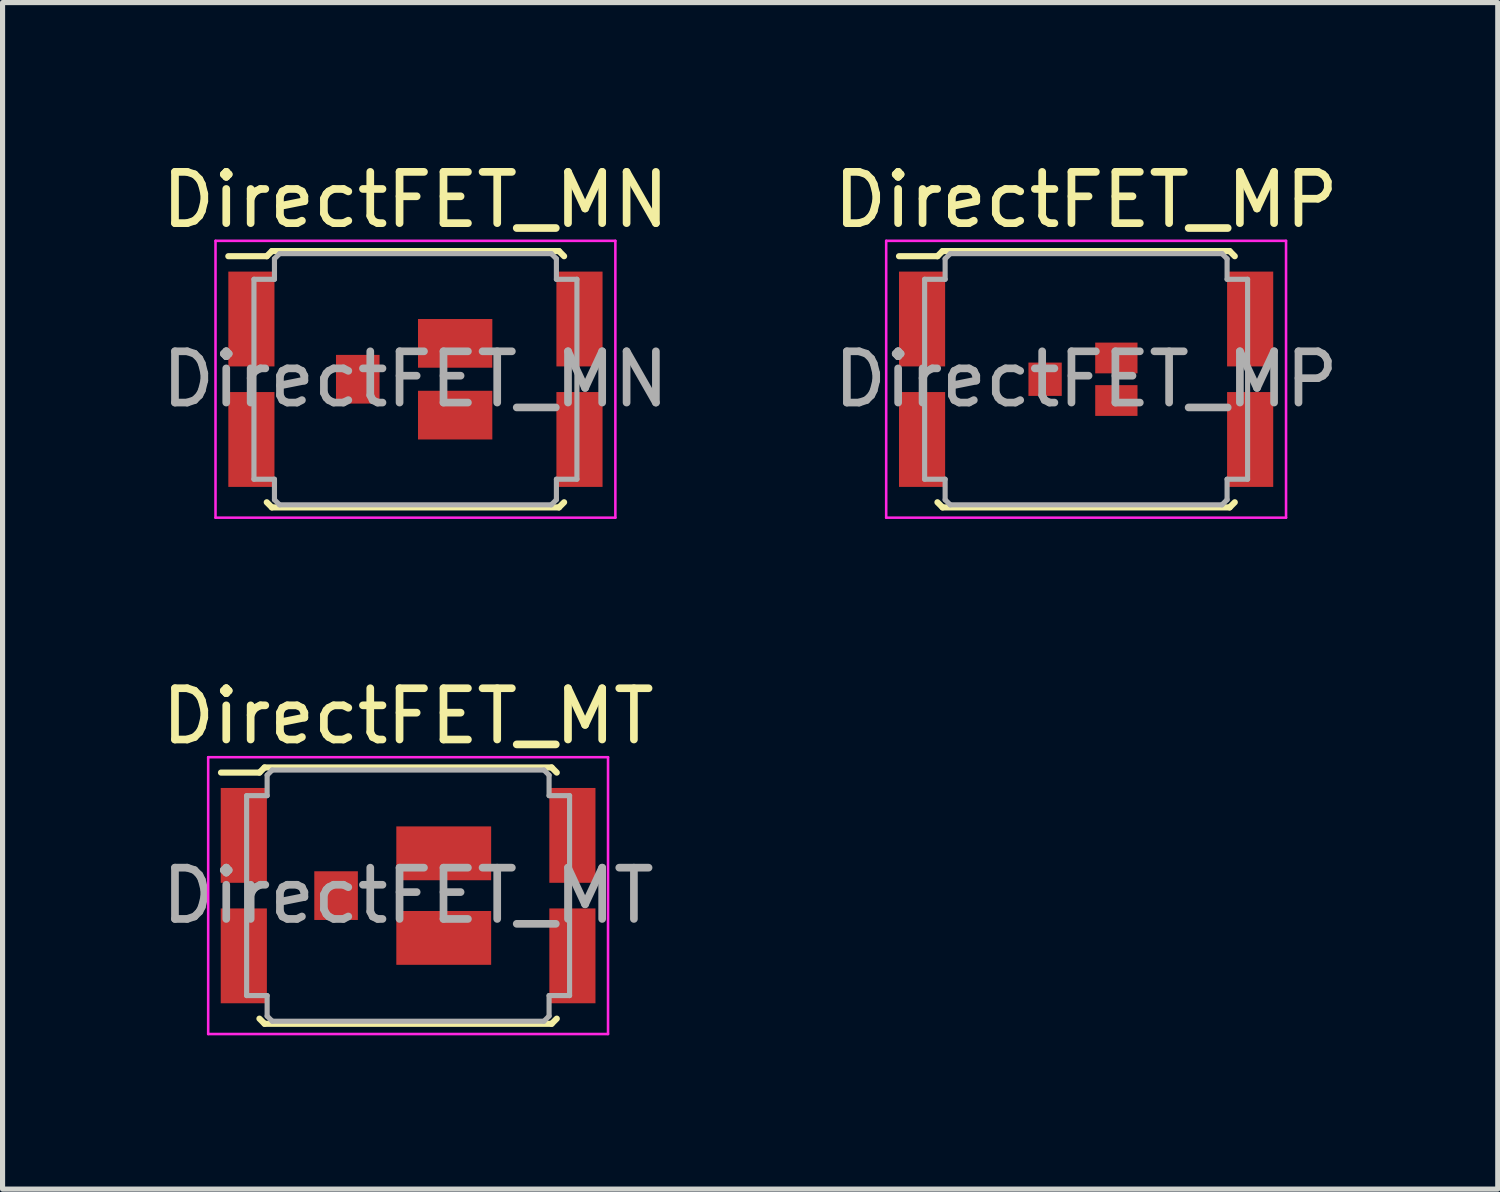
<source format=kicad_pcb>
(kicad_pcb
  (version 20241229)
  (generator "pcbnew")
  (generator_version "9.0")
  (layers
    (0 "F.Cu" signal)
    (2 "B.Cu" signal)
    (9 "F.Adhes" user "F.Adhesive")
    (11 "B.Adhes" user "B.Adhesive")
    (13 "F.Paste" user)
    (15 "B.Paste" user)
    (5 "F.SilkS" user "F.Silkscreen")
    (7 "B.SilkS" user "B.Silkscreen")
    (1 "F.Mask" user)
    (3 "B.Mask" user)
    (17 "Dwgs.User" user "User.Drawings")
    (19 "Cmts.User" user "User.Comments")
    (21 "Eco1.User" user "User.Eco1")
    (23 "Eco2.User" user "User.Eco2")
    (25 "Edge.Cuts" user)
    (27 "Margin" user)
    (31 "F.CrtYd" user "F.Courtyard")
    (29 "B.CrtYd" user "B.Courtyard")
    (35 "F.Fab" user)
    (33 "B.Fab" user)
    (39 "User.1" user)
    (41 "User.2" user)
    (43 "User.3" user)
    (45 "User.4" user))
  (footprint "DirectFET_MT"
    (layer "F.Cu")
    (at 4.911 14.421)
    (property "Reference" "DirectFET_MT" (at 0 -3.5 0) (layer "F.SilkS") (effects (font (size 1 1) (thickness 0.15))))
    (attr smd)
    (fp_line (start -3.65 -2.4) (end -2.9 -2.4) (stroke (width 0.12) (type solid)) (layer "F.SilkS"))
    (fp_line (start -2.9 -2.4) (end -2.8 -2.5) (stroke (width 0.12) (type solid)) (layer "F.SilkS"))
    (fp_line (start -2.8 -2.5) (end 2.8 -2.5) (stroke (width 0.12) (type solid)) (layer "F.SilkS"))
    (fp_line (start -2.8 2.5) (end -2.9 2.4) (stroke (width 0.12) (type solid)) (layer "F.SilkS"))
    (fp_line (start 2.8 -2.5) (end 2.9 -2.4) (stroke (width 0.12) (type solid)) (layer "F.SilkS"))
    (fp_line (start 2.8 2.5) (end -2.8 2.5) (stroke (width 0.12) (type solid)) (layer "F.SilkS"))
    (fp_line (start 2.9 2.4) (end 2.8 2.5) (stroke (width 0.12) (type solid)) (layer "F.SilkS"))
    (fp_line (start -3.9 -2.7) (end -3.9 2.7) (stroke (width 0.05) (type solid)) (layer "F.CrtYd"))
    (fp_line (start -3.9 2.7) (end 3.9 2.7) (stroke (width 0.05) (type solid)) (layer "F.CrtYd"))
    (fp_line (start 3.9 -2.7) (end -3.9 -2.7) (stroke (width 0.05) (type solid)) (layer "F.CrtYd"))
    (fp_line (start 3.9 2.7) (end 3.9 -2.7) (stroke (width 0.05) (type solid)) (layer "F.CrtYd"))
    (fp_line (start -3.15 -1.95) (end -2.75 -1.95) (stroke (width 0.1) (type solid)) (layer "F.Fab"))
    (fp_line (start -3.15 1.95) (end -3.15 -1.95) (stroke (width 0.1) (type solid)) (layer "F.Fab"))
    (fp_line (start -3.15 1.95) (end -2.75 1.95) (stroke (width 0.1) (type solid)) (layer "F.Fab"))
    (fp_line (start -2.75 -2.35) (end -2.65 -2.45) (stroke (width 0.1) (type solid)) (layer "F.Fab"))
    (fp_line (start -2.75 -1.95) (end -2.75 -2.35) (stroke (width 0.1) (type solid)) (layer "F.Fab"))
    (fp_line (start -2.75 1.95) (end -2.75 2.35) (stroke (width 0.1) (type solid)) (layer "F.Fab"))
    (fp_line (start -2.75 2.35) (end -2.65 2.45) (stroke (width 0.1) (type solid)) (layer "F.Fab"))
    (fp_line (start -2.65 2.45) (end 2.65 2.45) (stroke (width 0.1) (type solid)) (layer "F.Fab"))
    (fp_line (start 2.65 -2.45) (end -2.65 -2.45) (stroke (width 0.1) (type solid)) (layer "F.Fab"))
    (fp_line (start 2.65 -2.45) (end 2.75 -2.35) (stroke (width 0.1) (type solid)) (layer "F.Fab"))
    (fp_line (start 2.75 -2.35) (end 2.75 -1.95) (stroke (width 0.1) (type solid)) (layer "F.Fab"))
    (fp_line (start 2.75 -1.95) (end 3.15 -1.95) (stroke (width 0.1) (type solid)) (layer "F.Fab"))
    (fp_line (start 2.75 1.95) (end 2.75 2.35) (stroke (width 0.1) (type solid)) (layer "F.Fab"))
    (fp_line (start 2.75 2.35) (end 2.65 2.45) (stroke (width 0.1) (type solid)) (layer "F.Fab"))
    (fp_line (start 3.15 -1.95) (end 3.15 1.95) (stroke (width 0.1) (type solid)) (layer "F.Fab"))
    (fp_line (start 3.15 1.95) (end 2.75 1.95) (stroke (width 0.1) (type solid)) (layer "F.Fab"))
    (fp_text user "${REFERENCE}" (at 0 0 0) (layer "F.Fab") (effects (font (size 1 1) (thickness 0.15))))
    (pad "1" smd rect (at -3.205 -1.175) (size 0.9 1.85) (layers "F.Cu" "F.Mask" "F.Paste"))
    (pad "1" smd rect (at -3.205 1.175) (size 0.9 1.85) (layers "F.Cu" "F.Mask" "F.Paste"))
    (pad "1" smd rect (at 3.205 -1.175) (size 0.9 1.85) (layers "F.Cu" "F.Mask" "F.Paste"))
    (pad "1" smd rect (at 3.205 1.175) (size 0.9 1.85) (layers "F.Cu" "F.Mask" "F.Paste"))
    (pad "2" smd rect (at -1.405 0) (size 0.85 0.95) (layers "F.Cu" "F.Mask" "F.Paste"))
    (pad "3" smd rect (at 0.695 -0.825) (size 1.85 1.05) (layers "F.Cu" "F.Mask" "F.Paste"))
    (pad "3" smd rect (at 0.695 0.825) (size 1.85 1.05) (layers "F.Cu" "F.Mask" "F.Paste")))
  (footprint "DirectFET_MP"
    (layer "F.Cu")
    (at 18.137 4.348)
    (property "Reference" "DirectFET_MP" (at 0 -3.5 0) (layer "F.SilkS") (effects (font (size 1 1) (thickness 0.15))))
    (attr smd)
    (fp_line (start -3.65 -2.4) (end -2.9 -2.4) (stroke (width 0.12) (type solid)) (layer "F.SilkS"))
    (fp_line (start -2.9 -2.4) (end -2.8 -2.5) (stroke (width 0.12) (type solid)) (layer "F.SilkS"))
    (fp_line (start -2.8 -2.5) (end 2.8 -2.5) (stroke (width 0.12) (type solid)) (layer "F.SilkS"))
    (fp_line (start -2.8 2.5) (end -2.9 2.4) (stroke (width 0.12) (type solid)) (layer "F.SilkS"))
    (fp_line (start 2.8 -2.5) (end 2.9 -2.4) (stroke (width 0.12) (type solid)) (layer "F.SilkS"))
    (fp_line (start 2.8 2.5) (end -2.8 2.5) (stroke (width 0.12) (type solid)) (layer "F.SilkS"))
    (fp_line (start 2.9 2.4) (end 2.8 2.5) (stroke (width 0.12) (type solid)) (layer "F.SilkS"))
    (fp_line (start -3.9 -2.7) (end -3.9 2.7) (stroke (width 0.05) (type solid)) (layer "F.CrtYd"))
    (fp_line (start -3.9 2.7) (end 3.9 2.7) (stroke (width 0.05) (type solid)) (layer "F.CrtYd"))
    (fp_line (start 3.9 -2.7) (end -3.9 -2.7) (stroke (width 0.05) (type solid)) (layer "F.CrtYd"))
    (fp_line (start 3.9 2.7) (end 3.9 -2.7) (stroke (width 0.05) (type solid)) (layer "F.CrtYd"))
    (fp_line (start -3.15 -1.95) (end -2.75 -1.95) (stroke (width 0.1) (type solid)) (layer "F.Fab"))
    (fp_line (start -3.15 1.95) (end -3.15 -1.95) (stroke (width 0.1) (type solid)) (layer "F.Fab"))
    (fp_line (start -3.15 1.95) (end -2.75 1.95) (stroke (width 0.1) (type solid)) (layer "F.Fab"))
    (fp_line (start -2.75 -2.35) (end -2.65 -2.45) (stroke (width 0.1) (type solid)) (layer "F.Fab"))
    (fp_line (start -2.75 -1.95) (end -2.75 -2.35) (stroke (width 0.1) (type solid)) (layer "F.Fab"))
    (fp_line (start -2.75 1.95) (end -2.75 2.35) (stroke (width 0.1) (type solid)) (layer "F.Fab"))
    (fp_line (start -2.75 2.35) (end -2.65 2.45) (stroke (width 0.1) (type solid)) (layer "F.Fab"))
    (fp_line (start -2.65 2.45) (end 2.65 2.45) (stroke (width 0.1) (type solid)) (layer "F.Fab"))
    (fp_line (start 2.65 -2.45) (end -2.65 -2.45) (stroke (width 0.1) (type solid)) (layer "F.Fab"))
    (fp_line (start 2.65 -2.45) (end 2.75 -2.35) (stroke (width 0.1) (type solid)) (layer "F.Fab"))
    (fp_line (start 2.75 -2.35) (end 2.75 -1.95) (stroke (width 0.1) (type solid)) (layer "F.Fab"))
    (fp_line (start 2.75 -1.95) (end 3.15 -1.95) (stroke (width 0.1) (type solid)) (layer "F.Fab"))
    (fp_line (start 2.75 1.95) (end 2.75 2.35) (stroke (width 0.1) (type solid)) (layer "F.Fab"))
    (fp_line (start 2.75 2.35) (end 2.65 2.45) (stroke (width 0.1) (type solid)) (layer "F.Fab"))
    (fp_line (start 3.15 -1.95) (end 3.15 1.95) (stroke (width 0.1) (type solid)) (layer "F.Fab"))
    (fp_line (start 3.15 1.95) (end 2.75 1.95) (stroke (width 0.1) (type solid)) (layer "F.Fab"))
    (fp_text user "${REFERENCE}" (at 0 0 0) (layer "F.Fab") (effects (font (size 1 1) (thickness 0.15))))
    (pad "1" smd rect (at -3.2 -1.175) (size 0.9 1.85) (layers "F.Cu" "F.Mask" "F.Paste"))
    (pad "1" smd rect (at -3.2 1.175) (size 0.9 1.85) (layers "F.Cu" "F.Mask" "F.Paste"))
    (pad "1" smd rect (at 3.2 -1.175) (size 0.9 1.85) (layers "F.Cu" "F.Mask" "F.Paste"))
    (pad "1" smd rect (at 3.2 1.175) (size 0.9 1.85) (layers "F.Cu" "F.Mask" "F.Paste"))
    (pad "2" smd rect (at -0.8 0) (size 0.65 0.65) (layers "F.Cu" "F.Mask" "F.Paste"))
    (pad "3" smd rect (at 0.59 -0.415) (size 0.825 0.6) (layers "F.Cu" "F.Mask" "F.Paste"))
    (pad "3" smd rect (at 0.59 0.415) (size 0.825 0.6) (layers "F.Cu" "F.Mask" "F.Paste")))
  (footprint "DirectFET_MN"
    (layer "F.Cu")
    (at 5.054 4.348)
    (property "Reference" "DirectFET_MN" (at 0 -3.5 0) (layer "F.SilkS") (effects (font (size 1 1) (thickness 0.15))))
    (attr smd)
    (fp_line (start -3.65 -2.4) (end -2.9 -2.4) (stroke (width 0.12) (type solid)) (layer "F.SilkS"))
    (fp_line (start -2.9 -2.4) (end -2.8 -2.5) (stroke (width 0.12) (type solid)) (layer "F.SilkS"))
    (fp_line (start -2.8 -2.5) (end 2.8 -2.5) (stroke (width 0.12) (type solid)) (layer "F.SilkS"))
    (fp_line (start -2.8 2.5) (end -2.9 2.4) (stroke (width 0.12) (type solid)) (layer "F.SilkS"))
    (fp_line (start 2.8 -2.5) (end 2.9 -2.4) (stroke (width 0.12) (type solid)) (layer "F.SilkS"))
    (fp_line (start 2.8 2.5) (end -2.8 2.5) (stroke (width 0.12) (type solid)) (layer "F.SilkS"))
    (fp_line (start 2.9 2.4) (end 2.8 2.5) (stroke (width 0.12) (type solid)) (layer "F.SilkS"))
    (fp_line (start -3.9 -2.7) (end -3.9 2.7) (stroke (width 0.05) (type solid)) (layer "F.CrtYd"))
    (fp_line (start -3.9 2.7) (end 3.9 2.7) (stroke (width 0.05) (type solid)) (layer "F.CrtYd"))
    (fp_line (start 3.9 -2.7) (end -3.9 -2.7) (stroke (width 0.05) (type solid)) (layer "F.CrtYd"))
    (fp_line (start 3.9 2.7) (end 3.9 -2.7) (stroke (width 0.05) (type solid)) (layer "F.CrtYd"))
    (fp_line (start -3.15 -1.95) (end -2.75 -1.95) (stroke (width 0.1) (type solid)) (layer "F.Fab"))
    (fp_line (start -3.15 1.95) (end -3.15 -1.95) (stroke (width 0.1) (type solid)) (layer "F.Fab"))
    (fp_line (start -3.15 1.95) (end -2.75 1.95) (stroke (width 0.1) (type solid)) (layer "F.Fab"))
    (fp_line (start -2.75 -2.35) (end -2.65 -2.45) (stroke (width 0.1) (type solid)) (layer "F.Fab"))
    (fp_line (start -2.75 -1.95) (end -2.75 -2.35) (stroke (width 0.1) (type solid)) (layer "F.Fab"))
    (fp_line (start -2.75 1.95) (end -2.75 2.35) (stroke (width 0.1) (type solid)) (layer "F.Fab"))
    (fp_line (start -2.75 2.35) (end -2.65 2.45) (stroke (width 0.1) (type solid)) (layer "F.Fab"))
    (fp_line (start -2.65 2.45) (end 2.65 2.45) (stroke (width 0.1) (type solid)) (layer "F.Fab"))
    (fp_line (start 2.65 -2.45) (end -2.65 -2.45) (stroke (width 0.1) (type solid)) (layer "F.Fab"))
    (fp_line (start 2.65 -2.45) (end 2.75 -2.35) (stroke (width 0.1) (type solid)) (layer "F.Fab"))
    (fp_line (start 2.75 -2.35) (end 2.75 -1.95) (stroke (width 0.1) (type solid)) (layer "F.Fab"))
    (fp_line (start 2.75 -1.95) (end 3.15 -1.95) (stroke (width 0.1) (type solid)) (layer "F.Fab"))
    (fp_line (start 2.75 1.95) (end 2.75 2.35) (stroke (width 0.1) (type solid)) (layer "F.Fab"))
    (fp_line (start 2.75 2.35) (end 2.65 2.45) (stroke (width 0.1) (type solid)) (layer "F.Fab"))
    (fp_line (start 3.15 -1.95) (end 3.15 1.95) (stroke (width 0.1) (type solid)) (layer "F.Fab"))
    (fp_line (start 3.15 1.95) (end 2.75 1.95) (stroke (width 0.1) (type solid)) (layer "F.Fab"))
    (fp_text user "${REFERENCE}" (at 0 0 0) (layer "F.Fab") (effects (font (size 1 1) (thickness 0.15))))
    (pad "1" smd rect (at -3.2 -1.175) (size 0.9 1.85) (layers "F.Cu" "F.Mask" "F.Paste"))
    (pad "1" smd rect (at -3.2 1.175) (size 0.9 1.85) (layers "F.Cu" "F.Mask" "F.Paste"))
    (pad "1" smd rect (at 3.2 -1.175) (size 0.9 1.85) (layers "F.Cu" "F.Mask" "F.Paste"))
    (pad "1" smd rect (at 3.2 1.175) (size 0.9 1.85) (layers "F.Cu" "F.Mask" "F.Paste"))
    (pad "2" smd rect (at -1.125 0) (size 0.85 0.95) (layers "F.Cu" "F.Mask" "F.Paste"))
    (pad "3" smd rect (at 0.775 -0.7) (size 1.45 0.95) (layers "F.Cu" "F.Mask" "F.Paste"))
    (pad "3" smd rect (at 0.775 0.7) (size 1.45 0.95) (layers "F.Cu" "F.Mask" "F.Paste")))
  (gr_rect
    (start -3 -3)
    (end 26.167 20.146)
    (stroke (width 0.1) (type default))
    (fill no)
    (layer "Edge.Cuts")))
</source>
